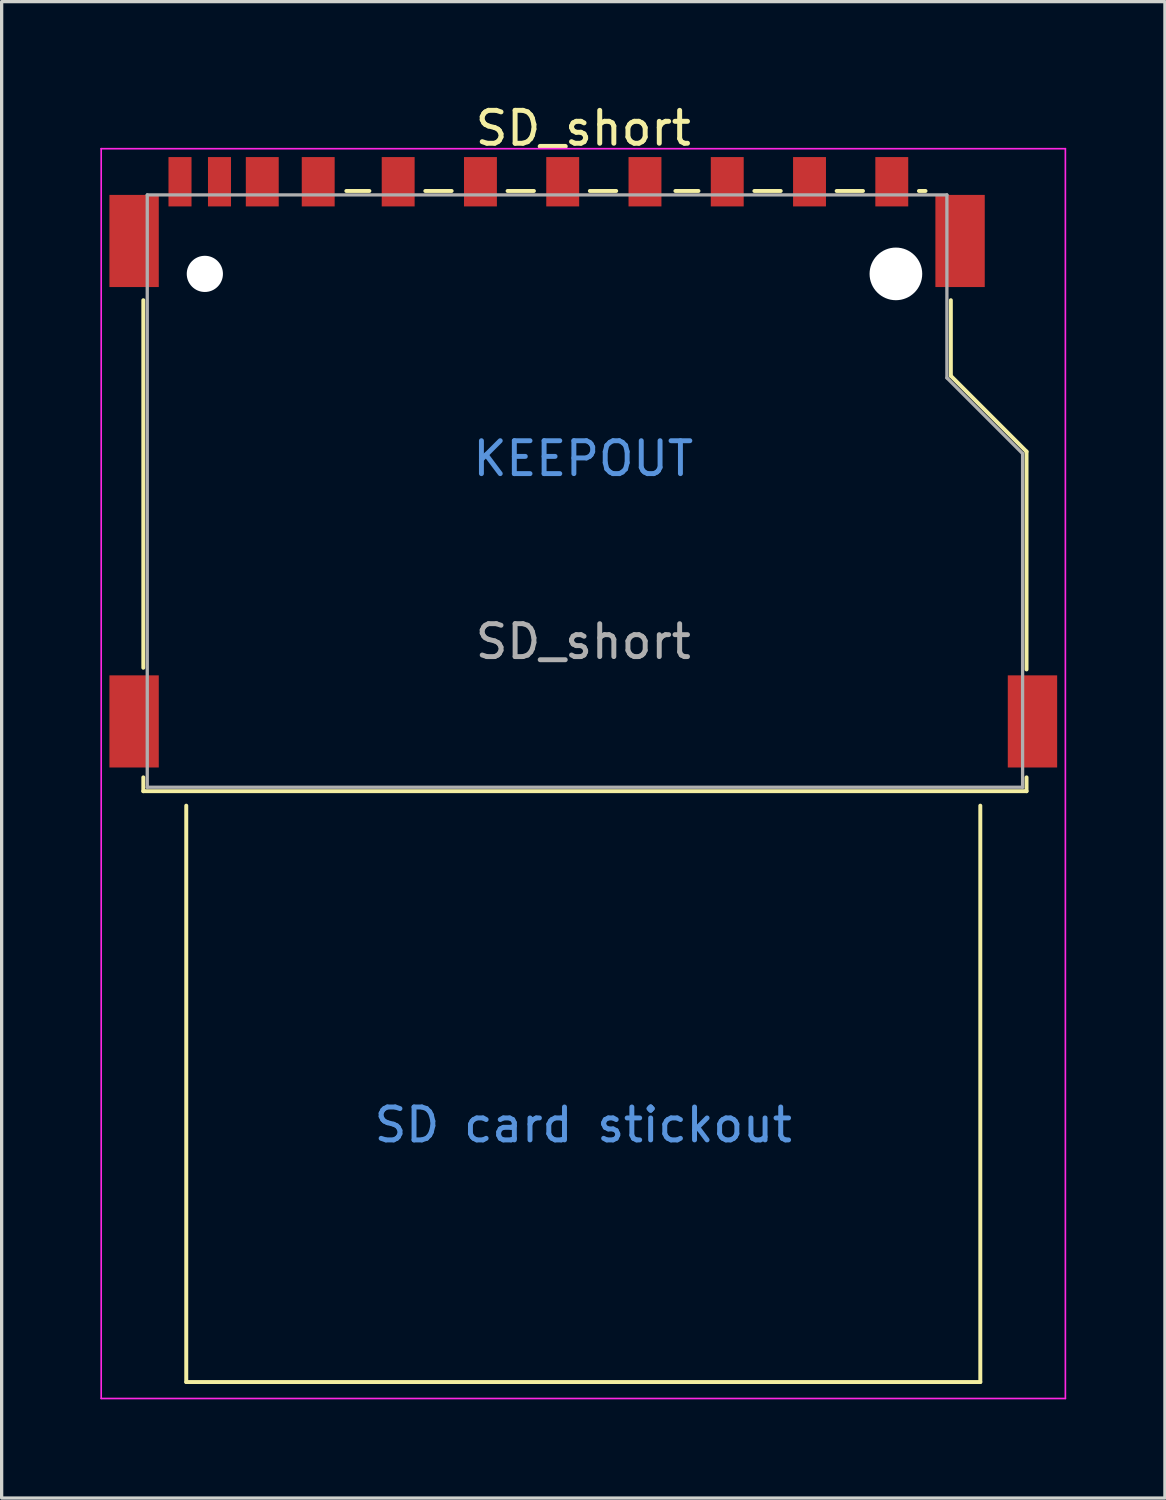
<source format=kicad_pcb>
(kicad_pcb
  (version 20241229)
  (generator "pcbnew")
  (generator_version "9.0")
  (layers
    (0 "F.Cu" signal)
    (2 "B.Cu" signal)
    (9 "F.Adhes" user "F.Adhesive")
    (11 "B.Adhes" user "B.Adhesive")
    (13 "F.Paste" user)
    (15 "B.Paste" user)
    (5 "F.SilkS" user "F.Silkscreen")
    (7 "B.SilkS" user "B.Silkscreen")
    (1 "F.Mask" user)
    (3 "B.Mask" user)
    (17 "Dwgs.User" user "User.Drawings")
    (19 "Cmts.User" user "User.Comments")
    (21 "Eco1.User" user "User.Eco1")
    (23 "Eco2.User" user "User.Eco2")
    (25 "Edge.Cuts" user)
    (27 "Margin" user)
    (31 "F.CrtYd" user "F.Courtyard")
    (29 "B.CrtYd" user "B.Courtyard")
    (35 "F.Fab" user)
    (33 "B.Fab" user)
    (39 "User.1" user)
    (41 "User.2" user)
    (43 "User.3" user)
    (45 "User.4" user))
  (footprint "SD_short"
    (layer "F.Cu")
    (at 14.675 14.448)
    (property "Reference" "SD_short" (at 0 -13.6 0) (layer "F.SilkS") (effects (font (size 1 1) (thickness 0.15))))
    (attr smd)
    (fp_line (start -13.37 -8.375) (end -13.37 2.794) (stroke (width 0.12) (type solid)) (layer "F.SilkS"))
    (fp_line (start -13.37 6.125) (end -13.37 6.545) (stroke (width 0.12) (type solid)) (layer "F.SilkS"))
    (fp_line (start -13.37 6.545) (end 13.47 6.545) (stroke (width 0.12) (type solid)) (layer "F.SilkS"))
    (fp_line (start -12.065 6.985) (end -12.065 24.5) (stroke (width 0.12) (type default)) (layer "F.SilkS"))
    (fp_line (start -12.065 24.5) (end 12.065 24.5) (stroke (width 0.12) (type default)) (layer "F.SilkS"))
    (fp_line (start -7.2 -11.695) (end -6.5 -11.695) (stroke (width 0.12) (type solid)) (layer "F.SilkS"))
    (fp_line (start -4.8 -11.695) (end -4 -11.695) (stroke (width 0.12) (type solid)) (layer "F.SilkS"))
    (fp_line (start -2.3 -11.695) (end -1.5 -11.695) (stroke (width 0.12) (type solid)) (layer "F.SilkS"))
    (fp_line (start 0.2 -11.695) (end 1 -11.695) (stroke (width 0.12) (type solid)) (layer "F.SilkS"))
    (fp_line (start 2.8 -11.695) (end 3.5 -11.695) (stroke (width 0.12) (type solid)) (layer "F.SilkS"))
    (fp_line (start 5.2 -11.695) (end 6 -11.695) (stroke (width 0.12) (type solid)) (layer "F.SilkS"))
    (fp_line (start 7.7 -11.695) (end 8.5 -11.695) (stroke (width 0.12) (type solid)) (layer "F.SilkS"))
    (fp_line (start 10.2 -11.695) (end 10.4 -11.695) (stroke (width 0.12) (type solid)) (layer "F.SilkS"))
    (fp_line (start 11.17 -8.375) (end 11.17 -6.075) (stroke (width 0.12) (type solid)) (layer "F.SilkS"))
    (fp_line (start 11.17 -6.075) (end 13.47 -3.775) (stroke (width 0.12) (type solid)) (layer "F.SilkS"))
    (fp_line (start 12.065 24.5) (end 12.065 6.985) (stroke (width 0.12) (type default)) (layer "F.SilkS"))
    (fp_line (start 13.47 -3.775) (end 13.47 2.845) (stroke (width 0.12) (type solid)) (layer "F.SilkS"))
    (fp_line (start 13.47 6.545) (end 13.47 6.125) (stroke (width 0.12) (type solid)) (layer "F.SilkS"))
    (fp_line (start -14.65 -12.98) (end -14.65 25) (stroke (width 0.05) (type solid)) (layer "F.CrtYd"))
    (fp_line (start -14.65 -12.98) (end 14.65 -12.98) (stroke (width 0.05) (type solid)) (layer "F.CrtYd"))
    (fp_line (start 14.65 25) (end -14.65 25) (stroke (width 0.05) (type solid)) (layer "F.CrtYd"))
    (fp_line (start 14.65 25) (end 14.65 -12.98) (stroke (width 0.05) (type solid)) (layer "F.CrtYd"))
    (fp_line (start -13.25 -11.575) (end -13.25 6.425) (stroke (width 0.1) (type solid)) (layer "F.Fab"))
    (fp_line (start -13.25 6.425) (end 13.35 6.425) (stroke (width 0.1) (type solid)) (layer "F.Fab"))
    (fp_line (start 11.05 -11.575) (end -13.25 -11.575) (stroke (width 0.1) (type solid)) (layer "F.Fab"))
    (fp_line (start 11.05 -6.015) (end 11.05 -11.575) (stroke (width 0.1) (type solid)) (layer "F.Fab"))
    (fp_line (start 13.35 -3.715) (end 11.05 -6.015) (stroke (width 0.1) (type solid)) (layer "F.Fab"))
    (fp_line (start 13.35 6.425) (end 13.35 -3.715) (stroke (width 0.1) (type solid)) (layer "F.Fab"))
    (fp_text user "KEEPOUT" (at 0 -3.56 0) (layer "Cmts.User") (effects (font (size 1 1) (thickness 0.15))))
    (fp_text user "SD card stickout" (at 0 17.272 0) (unlocked yes) (layer "Cmts.User") (effects (font (size 1 1) (thickness 0.15)) (justify bottom)))
    (fp_text user "${REFERENCE}" (at 0 2 0) (layer "F.Fab") (effects (font (size 1 1) (thickness 0.15))))
    (pad "" np_thru_hole circle (at -11.5 -9.175) (size 1.1 1.1) (drill 1.1) (layers "*.Cu" "*.Mask"))
    (pad "" np_thru_hole circle (at 9.5 -9.175) (size 1.6 1.6) (drill 1.6) (layers "*.Cu" "*.Mask"))
    (pad "1" smd rect (at 6.875 -11.975) (size 1 1.5) (layers "F.Cu" "F.Mask" "F.Paste"))
    (pad "2" smd rect (at 4.375 -11.975) (size 1 1.5) (layers "F.Cu" "F.Mask" "F.Paste"))
    (pad "3" smd rect (at 1.875 -11.975) (size 1 1.5) (layers "F.Cu" "F.Mask" "F.Paste"))
    (pad "4" smd rect (at -0.625 -11.975) (size 1 1.5) (layers "F.Cu" "F.Mask" "F.Paste"))
    (pad "5" smd rect (at -3.125 -11.975) (size 1 1.5) (layers "F.Cu" "F.Mask" "F.Paste"))
    (pad "6" smd rect (at -5.625 -11.975) (size 1 1.5) (layers "F.Cu" "F.Mask" "F.Paste"))
    (pad "7" smd rect (at -8.055 -11.975) (size 1 1.5) (layers "F.Cu" "F.Mask" "F.Paste"))
    (pad "8" smd rect (at -9.755 -11.975) (size 1 1.5) (layers "F.Cu" "F.Mask" "F.Paste"))
    (pad "9" smd rect (at 9.375 -11.975) (size 1 1.5) (layers "F.Cu" "F.Mask" "F.Paste"))
    (pad "10" smd rect (at -11.055 -11.975) (size 0.7 1.5) (layers "F.Cu" "F.Mask" "F.Paste"))
    (pad "11" smd rect (at -12.255 -11.975) (size 0.7 1.5) (layers "F.Cu" "F.Mask" "F.Paste"))
    (pad "12" smd rect (at -13.65 -10.175) (size 1.5 2.8) (layers "F.Cu" "F.Mask" "F.Paste"))
    (pad "12" smd rect (at -13.65 4.425) (size 1.5 2.8) (layers "F.Cu" "F.Mask" "F.Paste"))
    (pad "12" smd rect (at 11.45 -10.175) (size 1.5 2.8) (layers "F.Cu" "F.Mask" "F.Paste"))
    (pad "12" smd rect (at 13.65 4.425) (size 1.5 2.8) (layers "F.Cu" "F.Mask" "F.Paste"))
    (zone (net_name "") (layer "F.Cu") (hatch full 0.508) (connect_pads) (min_thickness 0.254) (filled_areas_thickness no) (keepout (tracks not_allowed) (vias not_allowed) (pads not_allowed) (copperpour not_allowed) (footprints not_allowed)) (placement (enabled no)) (fill) (polygon (pts (xy 4.005 16.988) (xy 24.962 16.988) (xy 24.962 6.373) (xy 4.005 6.373)))))
  (gr_rect
    (start -3 -3)
    (end 32.35 42.473)
    (stroke (width 0.1) (type default))
    (fill no)
    (layer "Edge.Cuts")))
</source>
